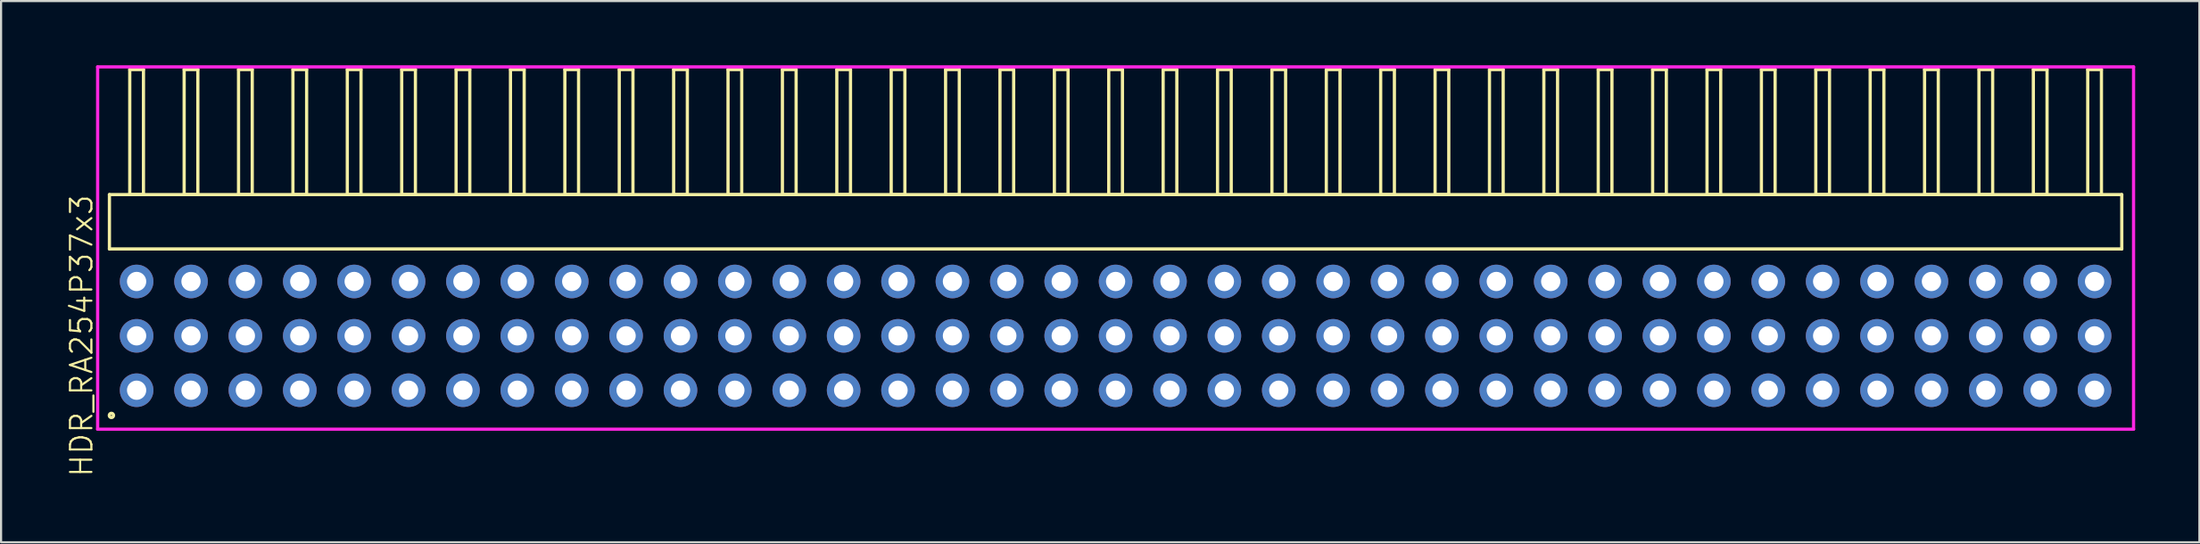
<source format=kicad_pcb>
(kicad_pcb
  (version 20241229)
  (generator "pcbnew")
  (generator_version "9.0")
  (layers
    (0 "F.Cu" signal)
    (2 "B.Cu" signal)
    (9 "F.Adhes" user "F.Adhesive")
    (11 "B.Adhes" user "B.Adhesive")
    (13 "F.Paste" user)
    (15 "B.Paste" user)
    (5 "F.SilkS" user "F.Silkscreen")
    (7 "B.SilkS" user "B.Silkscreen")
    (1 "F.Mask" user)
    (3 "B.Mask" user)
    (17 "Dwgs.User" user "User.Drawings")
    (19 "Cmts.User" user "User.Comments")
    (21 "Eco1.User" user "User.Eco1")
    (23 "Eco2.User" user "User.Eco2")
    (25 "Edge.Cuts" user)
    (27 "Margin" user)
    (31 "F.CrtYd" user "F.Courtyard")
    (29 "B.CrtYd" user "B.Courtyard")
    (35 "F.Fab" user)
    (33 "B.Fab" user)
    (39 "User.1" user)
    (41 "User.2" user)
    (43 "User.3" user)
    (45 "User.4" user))
  (footprint "HDR_RA254P37x3"
    (layer "F.Cu")
    (at 49.05 12.64)
    (property "Reference" "HDR_RA254P37x3" (at -48.29 0 90) (layer "F.SilkS") (effects (font (size 1 1) (thickness 0.1))))
    (attr through_hole)
    (fp_line (start -46.99 -6.6) (end -46.99 -4.06) (stroke (width 0.15) (type solid)) (layer "F.SilkS"))
    (fp_line (start -46.99 -4.06) (end 46.99 -4.06) (stroke (width 0.15) (type solid)) (layer "F.SilkS"))
    (fp_line (start -46.04 -12.44) (end -46.04 -6.6) (stroke (width 0.15) (type solid)) (layer "F.SilkS"))
    (fp_line (start -46.04 -6.6) (end -45.4 -6.6) (stroke (width 0.15) (type solid)) (layer "F.SilkS"))
    (fp_line (start -45.4 -12.44) (end -46.04 -12.44) (stroke (width 0.15) (type solid)) (layer "F.SilkS"))
    (fp_line (start -45.4 -6.6) (end -45.4 -12.44) (stroke (width 0.15) (type solid)) (layer "F.SilkS"))
    (fp_line (start -43.5 -12.44) (end -43.5 -6.6) (stroke (width 0.15) (type solid)) (layer "F.SilkS"))
    (fp_line (start -43.5 -6.6) (end -42.86 -6.6) (stroke (width 0.15) (type solid)) (layer "F.SilkS"))
    (fp_line (start -42.86 -12.44) (end -43.5 -12.44) (stroke (width 0.15) (type solid)) (layer "F.SilkS"))
    (fp_line (start -42.86 -6.6) (end -42.86 -12.44) (stroke (width 0.15) (type solid)) (layer "F.SilkS"))
    (fp_line (start -40.96 -12.44) (end -40.96 -6.6) (stroke (width 0.15) (type solid)) (layer "F.SilkS"))
    (fp_line (start -40.96 -6.6) (end -40.32 -6.6) (stroke (width 0.15) (type solid)) (layer "F.SilkS"))
    (fp_line (start -40.32 -12.44) (end -40.96 -12.44) (stroke (width 0.15) (type solid)) (layer "F.SilkS"))
    (fp_line (start -40.32 -6.6) (end -40.32 -12.44) (stroke (width 0.15) (type solid)) (layer "F.SilkS"))
    (fp_line (start -38.42 -12.44) (end -38.42 -6.6) (stroke (width 0.15) (type solid)) (layer "F.SilkS"))
    (fp_line (start -38.42 -6.6) (end -37.78 -6.6) (stroke (width 0.15) (type solid)) (layer "F.SilkS"))
    (fp_line (start -37.78 -12.44) (end -38.42 -12.44) (stroke (width 0.15) (type solid)) (layer "F.SilkS"))
    (fp_line (start -37.78 -6.6) (end -37.78 -12.44) (stroke (width 0.15) (type solid)) (layer "F.SilkS"))
    (fp_line (start -35.88 -12.44) (end -35.88 -6.6) (stroke (width 0.15) (type solid)) (layer "F.SilkS"))
    (fp_line (start -35.88 -6.6) (end -35.24 -6.6) (stroke (width 0.15) (type solid)) (layer "F.SilkS"))
    (fp_line (start -35.24 -12.44) (end -35.88 -12.44) (stroke (width 0.15) (type solid)) (layer "F.SilkS"))
    (fp_line (start -35.24 -6.6) (end -35.24 -12.44) (stroke (width 0.15) (type solid)) (layer "F.SilkS"))
    (fp_line (start -33.34 -12.44) (end -33.34 -6.6) (stroke (width 0.15) (type solid)) (layer "F.SilkS"))
    (fp_line (start -33.34 -6.6) (end -32.7 -6.6) (stroke (width 0.15) (type solid)) (layer "F.SilkS"))
    (fp_line (start -32.7 -12.44) (end -33.34 -12.44) (stroke (width 0.15) (type solid)) (layer "F.SilkS"))
    (fp_line (start -32.7 -6.6) (end -32.7 -12.44) (stroke (width 0.15) (type solid)) (layer "F.SilkS"))
    (fp_line (start -30.8 -12.44) (end -30.8 -6.6) (stroke (width 0.15) (type solid)) (layer "F.SilkS"))
    (fp_line (start -30.8 -6.6) (end -30.16 -6.6) (stroke (width 0.15) (type solid)) (layer "F.SilkS"))
    (fp_line (start -30.16 -12.44) (end -30.8 -12.44) (stroke (width 0.15) (type solid)) (layer "F.SilkS"))
    (fp_line (start -30.16 -6.6) (end -30.16 -12.44) (stroke (width 0.15) (type solid)) (layer "F.SilkS"))
    (fp_line (start -28.26 -12.44) (end -28.26 -6.6) (stroke (width 0.15) (type solid)) (layer "F.SilkS"))
    (fp_line (start -28.26 -6.6) (end -27.62 -6.6) (stroke (width 0.15) (type solid)) (layer "F.SilkS"))
    (fp_line (start -27.62 -12.44) (end -28.26 -12.44) (stroke (width 0.15) (type solid)) (layer "F.SilkS"))
    (fp_line (start -27.62 -6.6) (end -27.62 -12.44) (stroke (width 0.15) (type solid)) (layer "F.SilkS"))
    (fp_line (start -25.72 -12.44) (end -25.72 -6.6) (stroke (width 0.15) (type solid)) (layer "F.SilkS"))
    (fp_line (start -25.72 -6.6) (end -25.08 -6.6) (stroke (width 0.15) (type solid)) (layer "F.SilkS"))
    (fp_line (start -25.08 -12.44) (end -25.72 -12.44) (stroke (width 0.15) (type solid)) (layer "F.SilkS"))
    (fp_line (start -25.08 -6.6) (end -25.08 -12.44) (stroke (width 0.15) (type solid)) (layer "F.SilkS"))
    (fp_line (start -23.18 -12.44) (end -23.18 -6.6) (stroke (width 0.15) (type solid)) (layer "F.SilkS"))
    (fp_line (start -23.18 -6.6) (end -22.54 -6.6) (stroke (width 0.15) (type solid)) (layer "F.SilkS"))
    (fp_line (start -22.54 -12.44) (end -23.18 -12.44) (stroke (width 0.15) (type solid)) (layer "F.SilkS"))
    (fp_line (start -22.54 -6.6) (end -22.54 -12.44) (stroke (width 0.15) (type solid)) (layer "F.SilkS"))
    (fp_line (start -20.64 -12.44) (end -20.64 -6.6) (stroke (width 0.15) (type solid)) (layer "F.SilkS"))
    (fp_line (start -20.64 -6.6) (end -20 -6.6) (stroke (width 0.15) (type solid)) (layer "F.SilkS"))
    (fp_line (start -20 -12.44) (end -20.64 -12.44) (stroke (width 0.15) (type solid)) (layer "F.SilkS"))
    (fp_line (start -20 -6.6) (end -20 -12.44) (stroke (width 0.15) (type solid)) (layer "F.SilkS"))
    (fp_line (start -18.1 -12.44) (end -18.1 -6.6) (stroke (width 0.15) (type solid)) (layer "F.SilkS"))
    (fp_line (start -18.1 -6.6) (end -17.46 -6.6) (stroke (width 0.15) (type solid)) (layer "F.SilkS"))
    (fp_line (start -17.46 -12.44) (end -18.1 -12.44) (stroke (width 0.15) (type solid)) (layer "F.SilkS"))
    (fp_line (start -17.46 -6.6) (end -17.46 -12.44) (stroke (width 0.15) (type solid)) (layer "F.SilkS"))
    (fp_line (start -15.56 -12.44) (end -15.56 -6.6) (stroke (width 0.15) (type solid)) (layer "F.SilkS"))
    (fp_line (start -15.56 -6.6) (end -14.92 -6.6) (stroke (width 0.15) (type solid)) (layer "F.SilkS"))
    (fp_line (start -14.92 -12.44) (end -15.56 -12.44) (stroke (width 0.15) (type solid)) (layer "F.SilkS"))
    (fp_line (start -14.92 -6.6) (end -14.92 -12.44) (stroke (width 0.15) (type solid)) (layer "F.SilkS"))
    (fp_line (start -13.02 -12.44) (end -13.02 -6.6) (stroke (width 0.15) (type solid)) (layer "F.SilkS"))
    (fp_line (start -13.02 -6.6) (end -12.38 -6.6) (stroke (width 0.15) (type solid)) (layer "F.SilkS"))
    (fp_line (start -12.38 -12.44) (end -13.02 -12.44) (stroke (width 0.15) (type solid)) (layer "F.SilkS"))
    (fp_line (start -12.38 -6.6) (end -12.38 -12.44) (stroke (width 0.15) (type solid)) (layer "F.SilkS"))
    (fp_line (start -10.48 -12.44) (end -10.48 -6.6) (stroke (width 0.15) (type solid)) (layer "F.SilkS"))
    (fp_line (start -10.48 -6.6) (end -9.84 -6.6) (stroke (width 0.15) (type solid)) (layer "F.SilkS"))
    (fp_line (start -9.84 -12.44) (end -10.48 -12.44) (stroke (width 0.15) (type solid)) (layer "F.SilkS"))
    (fp_line (start -9.84 -6.6) (end -9.84 -12.44) (stroke (width 0.15) (type solid)) (layer "F.SilkS"))
    (fp_line (start -7.94 -12.44) (end -7.94 -6.6) (stroke (width 0.15) (type solid)) (layer "F.SilkS"))
    (fp_line (start -7.94 -6.6) (end -7.3 -6.6) (stroke (width 0.15) (type solid)) (layer "F.SilkS"))
    (fp_line (start -7.3 -12.44) (end -7.94 -12.44) (stroke (width 0.15) (type solid)) (layer "F.SilkS"))
    (fp_line (start -7.3 -6.6) (end -7.3 -12.44) (stroke (width 0.15) (type solid)) (layer "F.SilkS"))
    (fp_line (start -5.4 -12.44) (end -5.4 -6.6) (stroke (width 0.15) (type solid)) (layer "F.SilkS"))
    (fp_line (start -5.4 -6.6) (end -4.76 -6.6) (stroke (width 0.15) (type solid)) (layer "F.SilkS"))
    (fp_line (start -4.76 -12.44) (end -5.4 -12.44) (stroke (width 0.15) (type solid)) (layer "F.SilkS"))
    (fp_line (start -4.76 -6.6) (end -4.76 -12.44) (stroke (width 0.15) (type solid)) (layer "F.SilkS"))
    (fp_line (start -2.86 -12.44) (end -2.86 -6.6) (stroke (width 0.15) (type solid)) (layer "F.SilkS"))
    (fp_line (start -2.86 -6.6) (end -2.22 -6.6) (stroke (width 0.15) (type solid)) (layer "F.SilkS"))
    (fp_line (start -2.22 -12.44) (end -2.86 -12.44) (stroke (width 0.15) (type solid)) (layer "F.SilkS"))
    (fp_line (start -2.22 -6.6) (end -2.22 -12.44) (stroke (width 0.15) (type solid)) (layer "F.SilkS"))
    (fp_line (start -0.32 -12.44) (end -0.32 -6.6) (stroke (width 0.15) (type solid)) (layer "F.SilkS"))
    (fp_line (start -0.32 -6.6) (end 0.32 -6.6) (stroke (width 0.15) (type solid)) (layer "F.SilkS"))
    (fp_line (start 0.32 -12.44) (end -0.32 -12.44) (stroke (width 0.15) (type solid)) (layer "F.SilkS"))
    (fp_line (start 0.32 -6.6) (end 0.32 -12.44) (stroke (width 0.15) (type solid)) (layer "F.SilkS"))
    (fp_line (start 2.22 -12.44) (end 2.22 -6.6) (stroke (width 0.15) (type solid)) (layer "F.SilkS"))
    (fp_line (start 2.22 -6.6) (end 2.86 -6.6) (stroke (width 0.15) (type solid)) (layer "F.SilkS"))
    (fp_line (start 2.86 -12.44) (end 2.22 -12.44) (stroke (width 0.15) (type solid)) (layer "F.SilkS"))
    (fp_line (start 2.86 -6.6) (end 2.86 -12.44) (stroke (width 0.15) (type solid)) (layer "F.SilkS"))
    (fp_line (start 4.76 -12.44) (end 4.76 -6.6) (stroke (width 0.15) (type solid)) (layer "F.SilkS"))
    (fp_line (start 4.76 -6.6) (end 5.4 -6.6) (stroke (width 0.15) (type solid)) (layer "F.SilkS"))
    (fp_line (start 5.4 -12.44) (end 4.76 -12.44) (stroke (width 0.15) (type solid)) (layer "F.SilkS"))
    (fp_line (start 5.4 -6.6) (end 5.4 -12.44) (stroke (width 0.15) (type solid)) (layer "F.SilkS"))
    (fp_line (start 7.3 -12.44) (end 7.3 -6.6) (stroke (width 0.15) (type solid)) (layer "F.SilkS"))
    (fp_line (start 7.3 -6.6) (end 7.94 -6.6) (stroke (width 0.15) (type solid)) (layer "F.SilkS"))
    (fp_line (start 7.94 -12.44) (end 7.3 -12.44) (stroke (width 0.15) (type solid)) (layer "F.SilkS"))
    (fp_line (start 7.94 -6.6) (end 7.94 -12.44) (stroke (width 0.15) (type solid)) (layer "F.SilkS"))
    (fp_line (start 9.84 -12.44) (end 9.84 -6.6) (stroke (width 0.15) (type solid)) (layer "F.SilkS"))
    (fp_line (start 9.84 -6.6) (end 10.48 -6.6) (stroke (width 0.15) (type solid)) (layer "F.SilkS"))
    (fp_line (start 10.48 -12.44) (end 9.84 -12.44) (stroke (width 0.15) (type solid)) (layer "F.SilkS"))
    (fp_line (start 10.48 -6.6) (end 10.48 -12.44) (stroke (width 0.15) (type solid)) (layer "F.SilkS"))
    (fp_line (start 12.38 -12.44) (end 12.38 -6.6) (stroke (width 0.15) (type solid)) (layer "F.SilkS"))
    (fp_line (start 12.38 -6.6) (end 13.02 -6.6) (stroke (width 0.15) (type solid)) (layer "F.SilkS"))
    (fp_line (start 13.02 -12.44) (end 12.38 -12.44) (stroke (width 0.15) (type solid)) (layer "F.SilkS"))
    (fp_line (start 13.02 -6.6) (end 13.02 -12.44) (stroke (width 0.15) (type solid)) (layer "F.SilkS"))
    (fp_line (start 14.92 -12.44) (end 14.92 -6.6) (stroke (width 0.15) (type solid)) (layer "F.SilkS"))
    (fp_line (start 14.92 -6.6) (end 15.56 -6.6) (stroke (width 0.15) (type solid)) (layer "F.SilkS"))
    (fp_line (start 15.56 -12.44) (end 14.92 -12.44) (stroke (width 0.15) (type solid)) (layer "F.SilkS"))
    (fp_line (start 15.56 -6.6) (end 15.56 -12.44) (stroke (width 0.15) (type solid)) (layer "F.SilkS"))
    (fp_line (start 17.46 -12.44) (end 17.46 -6.6) (stroke (width 0.15) (type solid)) (layer "F.SilkS"))
    (fp_line (start 17.46 -6.6) (end 18.1 -6.6) (stroke (width 0.15) (type solid)) (layer "F.SilkS"))
    (fp_line (start 18.1 -12.44) (end 17.46 -12.44) (stroke (width 0.15) (type solid)) (layer "F.SilkS"))
    (fp_line (start 18.1 -6.6) (end 18.1 -12.44) (stroke (width 0.15) (type solid)) (layer "F.SilkS"))
    (fp_line (start 20 -12.44) (end 20 -6.6) (stroke (width 0.15) (type solid)) (layer "F.SilkS"))
    (fp_line (start 20 -6.6) (end 20.64 -6.6) (stroke (width 0.15) (type solid)) (layer "F.SilkS"))
    (fp_line (start 20.64 -12.44) (end 20 -12.44) (stroke (width 0.15) (type solid)) (layer "F.SilkS"))
    (fp_line (start 20.64 -6.6) (end 20.64 -12.44) (stroke (width 0.15) (type solid)) (layer "F.SilkS"))
    (fp_line (start 22.54 -12.44) (end 22.54 -6.6) (stroke (width 0.15) (type solid)) (layer "F.SilkS"))
    (fp_line (start 22.54 -6.6) (end 23.18 -6.6) (stroke (width 0.15) (type solid)) (layer "F.SilkS"))
    (fp_line (start 23.18 -12.44) (end 22.54 -12.44) (stroke (width 0.15) (type solid)) (layer "F.SilkS"))
    (fp_line (start 23.18 -6.6) (end 23.18 -12.44) (stroke (width 0.15) (type solid)) (layer "F.SilkS"))
    (fp_line (start 25.08 -12.44) (end 25.08 -6.6) (stroke (width 0.15) (type solid)) (layer "F.SilkS"))
    (fp_line (start 25.08 -6.6) (end 25.72 -6.6) (stroke (width 0.15) (type solid)) (layer "F.SilkS"))
    (fp_line (start 25.72 -12.44) (end 25.08 -12.44) (stroke (width 0.15) (type solid)) (layer "F.SilkS"))
    (fp_line (start 25.72 -6.6) (end 25.72 -12.44) (stroke (width 0.15) (type solid)) (layer "F.SilkS"))
    (fp_line (start 27.62 -12.44) (end 27.62 -6.6) (stroke (width 0.15) (type solid)) (layer "F.SilkS"))
    (fp_line (start 27.62 -6.6) (end 28.26 -6.6) (stroke (width 0.15) (type solid)) (layer "F.SilkS"))
    (fp_line (start 28.26 -12.44) (end 27.62 -12.44) (stroke (width 0.15) (type solid)) (layer "F.SilkS"))
    (fp_line (start 28.26 -6.6) (end 28.26 -12.44) (stroke (width 0.15) (type solid)) (layer "F.SilkS"))
    (fp_line (start 30.16 -12.44) (end 30.16 -6.6) (stroke (width 0.15) (type solid)) (layer "F.SilkS"))
    (fp_line (start 30.16 -6.6) (end 30.8 -6.6) (stroke (width 0.15) (type solid)) (layer "F.SilkS"))
    (fp_line (start 30.8 -12.44) (end 30.16 -12.44) (stroke (width 0.15) (type solid)) (layer "F.SilkS"))
    (fp_line (start 30.8 -6.6) (end 30.8 -12.44) (stroke (width 0.15) (type solid)) (layer "F.SilkS"))
    (fp_line (start 32.7 -12.44) (end 32.7 -6.6) (stroke (width 0.15) (type solid)) (layer "F.SilkS"))
    (fp_line (start 32.7 -6.6) (end 33.34 -6.6) (stroke (width 0.15) (type solid)) (layer "F.SilkS"))
    (fp_line (start 33.34 -12.44) (end 32.7 -12.44) (stroke (width 0.15) (type solid)) (layer "F.SilkS"))
    (fp_line (start 33.34 -6.6) (end 33.34 -12.44) (stroke (width 0.15) (type solid)) (layer "F.SilkS"))
    (fp_line (start 35.24 -12.44) (end 35.24 -6.6) (stroke (width 0.15) (type solid)) (layer "F.SilkS"))
    (fp_line (start 35.24 -6.6) (end 35.88 -6.6) (stroke (width 0.15) (type solid)) (layer "F.SilkS"))
    (fp_line (start 35.88 -12.44) (end 35.24 -12.44) (stroke (width 0.15) (type solid)) (layer "F.SilkS"))
    (fp_line (start 35.88 -6.6) (end 35.88 -12.44) (stroke (width 0.15) (type solid)) (layer "F.SilkS"))
    (fp_line (start 37.78 -12.44) (end 37.78 -6.6) (stroke (width 0.15) (type solid)) (layer "F.SilkS"))
    (fp_line (start 37.78 -6.6) (end 38.42 -6.6) (stroke (width 0.15) (type solid)) (layer "F.SilkS"))
    (fp_line (start 38.42 -12.44) (end 37.78 -12.44) (stroke (width 0.15) (type solid)) (layer "F.SilkS"))
    (fp_line (start 38.42 -6.6) (end 38.42 -12.44) (stroke (width 0.15) (type solid)) (layer "F.SilkS"))
    (fp_line (start 40.32 -12.44) (end 40.32 -6.6) (stroke (width 0.15) (type solid)) (layer "F.SilkS"))
    (fp_line (start 40.32 -6.6) (end 40.96 -6.6) (stroke (width 0.15) (type solid)) (layer "F.SilkS"))
    (fp_line (start 40.96 -12.44) (end 40.32 -12.44) (stroke (width 0.15) (type solid)) (layer "F.SilkS"))
    (fp_line (start 40.96 -6.6) (end 40.96 -12.44) (stroke (width 0.15) (type solid)) (layer "F.SilkS"))
    (fp_line (start 42.86 -12.44) (end 42.86 -6.6) (stroke (width 0.15) (type solid)) (layer "F.SilkS"))
    (fp_line (start 42.86 -6.6) (end 43.5 -6.6) (stroke (width 0.15) (type solid)) (layer "F.SilkS"))
    (fp_line (start 43.5 -12.44) (end 42.86 -12.44) (stroke (width 0.15) (type solid)) (layer "F.SilkS"))
    (fp_line (start 43.5 -6.6) (end 43.5 -12.44) (stroke (width 0.15) (type solid)) (layer "F.SilkS"))
    (fp_line (start 45.4 -12.44) (end 45.4 -6.6) (stroke (width 0.15) (type solid)) (layer "F.SilkS"))
    (fp_line (start 45.4 -6.6) (end 46.04 -6.6) (stroke (width 0.15) (type solid)) (layer "F.SilkS"))
    (fp_line (start 46.04 -12.44) (end 45.4 -12.44) (stroke (width 0.15) (type solid)) (layer "F.SilkS"))
    (fp_line (start 46.04 -6.6) (end 46.04 -12.44) (stroke (width 0.15) (type solid)) (layer "F.SilkS"))
    (fp_line (start 46.99 -6.6) (end -46.99 -6.6) (stroke (width 0.15) (type solid)) (layer "F.SilkS"))
    (fp_line (start 46.99 -4.06) (end 46.99 -6.6) (stroke (width 0.15) (type solid)) (layer "F.SilkS"))
    (fp_circle (center -46.897 3.718) (end -46.797 3.718) (stroke (width 0.15) (type solid)) (fill no) (layer "F.SilkS"))
    (fp_line (start -47.54 -12.565) (end -47.54 4.36) (stroke (width 0.15) (type solid)) (layer "F.CrtYd"))
    (fp_line (start -47.54 4.36) (end 47.54 4.36) (stroke (width 0.15) (type solid)) (layer "F.CrtYd"))
    (fp_line (start 47.54 -12.565) (end -47.54 -12.565) (stroke (width 0.15) (type solid)) (layer "F.CrtYd"))
    (fp_line (start 47.54 4.36) (end 47.54 -12.565) (stroke (width 0.15) (type solid)) (layer "F.CrtYd"))
    (pad "1" thru_hole oval (at -45.72 2.54) (size 1.57 1.57) (drill 0.9) (layers "*.Cu" "*.Mask"))
    (pad "2" thru_hole oval (at -45.72 0) (size 1.57 1.57) (drill 0.9) (layers "*.Cu" "*.Mask"))
    (pad "3" thru_hole oval (at -45.72 -2.54) (size 1.57 1.57) (drill 0.9) (layers "*.Cu" "*.Mask"))
    (pad "4" thru_hole oval (at -43.18 2.54) (size 1.57 1.57) (drill 0.9) (layers "*.Cu" "*.Mask"))
    (pad "5" thru_hole oval (at -43.18 0) (size 1.57 1.57) (drill 0.9) (layers "*.Cu" "*.Mask"))
    (pad "6" thru_hole oval (at -43.18 -2.54) (size 1.57 1.57) (drill 0.9) (layers "*.Cu" "*.Mask"))
    (pad "7" thru_hole oval (at -40.64 2.54) (size 1.57 1.57) (drill 0.9) (layers "*.Cu" "*.Mask"))
    (pad "8" thru_hole oval (at -40.64 0) (size 1.57 1.57) (drill 0.9) (layers "*.Cu" "*.Mask"))
    (pad "9" thru_hole oval (at -40.64 -2.54) (size 1.57 1.57) (drill 0.9) (layers "*.Cu" "*.Mask"))
    (pad "10" thru_hole oval (at -38.1 2.54) (size 1.57 1.57) (drill 0.9) (layers "*.Cu" "*.Mask"))
    (pad "11" thru_hole oval (at -38.1 0) (size 1.57 1.57) (drill 0.9) (layers "*.Cu" "*.Mask"))
    (pad "12" thru_hole oval (at -38.1 -2.54) (size 1.57 1.57) (drill 0.9) (layers "*.Cu" "*.Mask"))
    (pad "13" thru_hole oval (at -35.56 2.54) (size 1.57 1.57) (drill 0.9) (layers "*.Cu" "*.Mask"))
    (pad "14" thru_hole oval (at -35.56 0) (size 1.57 1.57) (drill 0.9) (layers "*.Cu" "*.Mask"))
    (pad "15" thru_hole oval (at -35.56 -2.54) (size 1.57 1.57) (drill 0.9) (layers "*.Cu" "*.Mask"))
    (pad "16" thru_hole oval (at -33.02 2.54) (size 1.57 1.57) (drill 0.9) (layers "*.Cu" "*.Mask"))
    (pad "17" thru_hole oval (at -33.02 0) (size 1.57 1.57) (drill 0.9) (layers "*.Cu" "*.Mask"))
    (pad "18" thru_hole oval (at -33.02 -2.54) (size 1.57 1.57) (drill 0.9) (layers "*.Cu" "*.Mask"))
    (pad "19" thru_hole oval (at -30.48 2.54) (size 1.57 1.57) (drill 0.9) (layers "*.Cu" "*.Mask"))
    (pad "20" thru_hole oval (at -30.48 0) (size 1.57 1.57) (drill 0.9) (layers "*.Cu" "*.Mask"))
    (pad "21" thru_hole oval (at -30.48 -2.54) (size 1.57 1.57) (drill 0.9) (layers "*.Cu" "*.Mask"))
    (pad "22" thru_hole oval (at -27.94 2.54) (size 1.57 1.57) (drill 0.9) (layers "*.Cu" "*.Mask"))
    (pad "23" thru_hole oval (at -27.94 0) (size 1.57 1.57) (drill 0.9) (layers "*.Cu" "*.Mask"))
    (pad "24" thru_hole oval (at -27.94 -2.54) (size 1.57 1.57) (drill 0.9) (layers "*.Cu" "*.Mask"))
    (pad "25" thru_hole oval (at -25.4 2.54) (size 1.57 1.57) (drill 0.9) (layers "*.Cu" "*.Mask"))
    (pad "26" thru_hole oval (at -25.4 0) (size 1.57 1.57) (drill 0.9) (layers "*.Cu" "*.Mask"))
    (pad "27" thru_hole oval (at -25.4 -2.54) (size 1.57 1.57) (drill 0.9) (layers "*.Cu" "*.Mask"))
    (pad "28" thru_hole oval (at -22.86 2.54) (size 1.57 1.57) (drill 0.9) (layers "*.Cu" "*.Mask"))
    (pad "29" thru_hole oval (at -22.86 0) (size 1.57 1.57) (drill 0.9) (layers "*.Cu" "*.Mask"))
    (pad "30" thru_hole oval (at -22.86 -2.54) (size 1.57 1.57) (drill 0.9) (layers "*.Cu" "*.Mask"))
    (pad "31" thru_hole oval (at -20.32 2.54) (size 1.57 1.57) (drill 0.9) (layers "*.Cu" "*.Mask"))
    (pad "32" thru_hole oval (at -20.32 0) (size 1.57 1.57) (drill 0.9) (layers "*.Cu" "*.Mask"))
    (pad "33" thru_hole oval (at -20.32 -2.54) (size 1.57 1.57) (drill 0.9) (layers "*.Cu" "*.Mask"))
    (pad "34" thru_hole oval (at -17.78 2.54) (size 1.57 1.57) (drill 0.9) (layers "*.Cu" "*.Mask"))
    (pad "35" thru_hole oval (at -17.78 0) (size 1.57 1.57) (drill 0.9) (layers "*.Cu" "*.Mask"))
    (pad "36" thru_hole oval (at -17.78 -2.54) (size 1.57 1.57) (drill 0.9) (layers "*.Cu" "*.Mask"))
    (pad "37" thru_hole oval (at -15.24 2.54) (size 1.57 1.57) (drill 0.9) (layers "*.Cu" "*.Mask"))
    (pad "38" thru_hole oval (at -15.24 0) (size 1.57 1.57) (drill 0.9) (layers "*.Cu" "*.Mask"))
    (pad "39" thru_hole oval (at -15.24 -2.54) (size 1.57 1.57) (drill 0.9) (layers "*.Cu" "*.Mask"))
    (pad "40" thru_hole oval (at -12.7 2.54) (size 1.57 1.57) (drill 0.9) (layers "*.Cu" "*.Mask"))
    (pad "41" thru_hole oval (at -12.7 0) (size 1.57 1.57) (drill 0.9) (layers "*.Cu" "*.Mask"))
    (pad "42" thru_hole oval (at -12.7 -2.54) (size 1.57 1.57) (drill 0.9) (layers "*.Cu" "*.Mask"))
    (pad "43" thru_hole oval (at -10.16 2.54) (size 1.57 1.57) (drill 0.9) (layers "*.Cu" "*.Mask"))
    (pad "44" thru_hole oval (at -10.16 0) (size 1.57 1.57) (drill 0.9) (layers "*.Cu" "*.Mask"))
    (pad "45" thru_hole oval (at -10.16 -2.54) (size 1.57 1.57) (drill 0.9) (layers "*.Cu" "*.Mask"))
    (pad "46" thru_hole oval (at -7.62 2.54) (size 1.57 1.57) (drill 0.9) (layers "*.Cu" "*.Mask"))
    (pad "47" thru_hole oval (at -7.62 0) (size 1.57 1.57) (drill 0.9) (layers "*.Cu" "*.Mask"))
    (pad "48" thru_hole oval (at -7.62 -2.54) (size 1.57 1.57) (drill 0.9) (layers "*.Cu" "*.Mask"))
    (pad "49" thru_hole oval (at -5.08 2.54) (size 1.57 1.57) (drill 0.9) (layers "*.Cu" "*.Mask"))
    (pad "50" thru_hole oval (at -5.08 0) (size 1.57 1.57) (drill 0.9) (layers "*.Cu" "*.Mask"))
    (pad "51" thru_hole oval (at -5.08 -2.54) (size 1.57 1.57) (drill 0.9) (layers "*.Cu" "*.Mask"))
    (pad "52" thru_hole oval (at -2.54 2.54) (size 1.57 1.57) (drill 0.9) (layers "*.Cu" "*.Mask"))
    (pad "53" thru_hole oval (at -2.54 0) (size 1.57 1.57) (drill 0.9) (layers "*.Cu" "*.Mask"))
    (pad "54" thru_hole oval (at -2.54 -2.54) (size 1.57 1.57) (drill 0.9) (layers "*.Cu" "*.Mask"))
    (pad "55" thru_hole oval (at 0 2.54) (size 1.57 1.57) (drill 0.9) (layers "*.Cu" "*.Mask"))
    (pad "56" thru_hole oval (at 0 0) (size 1.57 1.57) (drill 0.9) (layers "*.Cu" "*.Mask"))
    (pad "57" thru_hole oval (at 0 -2.54) (size 1.57 1.57) (drill 0.9) (layers "*.Cu" "*.Mask"))
    (pad "58" thru_hole oval (at 2.54 2.54) (size 1.57 1.57) (drill 0.9) (layers "*.Cu" "*.Mask"))
    (pad "59" thru_hole oval (at 2.54 0) (size 1.57 1.57) (drill 0.9) (layers "*.Cu" "*.Mask"))
    (pad "60" thru_hole oval (at 2.54 -2.54) (size 1.57 1.57) (drill 0.9) (layers "*.Cu" "*.Mask"))
    (pad "61" thru_hole oval (at 5.08 2.54) (size 1.57 1.57) (drill 0.9) (layers "*.Cu" "*.Mask"))
    (pad "62" thru_hole oval (at 5.08 0) (size 1.57 1.57) (drill 0.9) (layers "*.Cu" "*.Mask"))
    (pad "63" thru_hole oval (at 5.08 -2.54) (size 1.57 1.57) (drill 0.9) (layers "*.Cu" "*.Mask"))
    (pad "64" thru_hole oval (at 7.62 2.54) (size 1.57 1.57) (drill 0.9) (layers "*.Cu" "*.Mask"))
    (pad "65" thru_hole oval (at 7.62 0) (size 1.57 1.57) (drill 0.9) (layers "*.Cu" "*.Mask"))
    (pad "66" thru_hole oval (at 7.62 -2.54) (size 1.57 1.57) (drill 0.9) (layers "*.Cu" "*.Mask"))
    (pad "67" thru_hole oval (at 10.16 2.54) (size 1.57 1.57) (drill 0.9) (layers "*.Cu" "*.Mask"))
    (pad "68" thru_hole oval (at 10.16 0) (size 1.57 1.57) (drill 0.9) (layers "*.Cu" "*.Mask"))
    (pad "69" thru_hole oval (at 10.16 -2.54) (size 1.57 1.57) (drill 0.9) (layers "*.Cu" "*.Mask"))
    (pad "70" thru_hole oval (at 12.7 2.54) (size 1.57 1.57) (drill 0.9) (layers "*.Cu" "*.Mask"))
    (pad "71" thru_hole oval (at 12.7 0) (size 1.57 1.57) (drill 0.9) (layers "*.Cu" "*.Mask"))
    (pad "72" thru_hole oval (at 12.7 -2.54) (size 1.57 1.57) (drill 0.9) (layers "*.Cu" "*.Mask"))
    (pad "73" thru_hole oval (at 15.24 2.54) (size 1.57 1.57) (drill 0.9) (layers "*.Cu" "*.Mask"))
    (pad "74" thru_hole oval (at 15.24 0) (size 1.57 1.57) (drill 0.9) (layers "*.Cu" "*.Mask"))
    (pad "75" thru_hole oval (at 15.24 -2.54) (size 1.57 1.57) (drill 0.9) (layers "*.Cu" "*.Mask"))
    (pad "76" thru_hole oval (at 17.78 2.54) (size 1.57 1.57) (drill 0.9) (layers "*.Cu" "*.Mask"))
    (pad "77" thru_hole oval (at 17.78 0) (size 1.57 1.57) (drill 0.9) (layers "*.Cu" "*.Mask"))
    (pad "78" thru_hole oval (at 17.78 -2.54) (size 1.57 1.57) (drill 0.9) (layers "*.Cu" "*.Mask"))
    (pad "79" thru_hole oval (at 20.32 2.54) (size 1.57 1.57) (drill 0.9) (layers "*.Cu" "*.Mask"))
    (pad "80" thru_hole oval (at 20.32 0) (size 1.57 1.57) (drill 0.9) (layers "*.Cu" "*.Mask"))
    (pad "81" thru_hole oval (at 20.32 -2.54) (size 1.57 1.57) (drill 0.9) (layers "*.Cu" "*.Mask"))
    (pad "82" thru_hole oval (at 22.86 2.54) (size 1.57 1.57) (drill 0.9) (layers "*.Cu" "*.Mask"))
    (pad "83" thru_hole oval (at 22.86 0) (size 1.57 1.57) (drill 0.9) (layers "*.Cu" "*.Mask"))
    (pad "84" thru_hole oval (at 22.86 -2.54) (size 1.57 1.57) (drill 0.9) (layers "*.Cu" "*.Mask"))
    (pad "85" thru_hole oval (at 25.4 2.54) (size 1.57 1.57) (drill 0.9) (layers "*.Cu" "*.Mask"))
    (pad "86" thru_hole oval (at 25.4 0) (size 1.57 1.57) (drill 0.9) (layers "*.Cu" "*.Mask"))
    (pad "87" thru_hole oval (at 25.4 -2.54) (size 1.57 1.57) (drill 0.9) (layers "*.Cu" "*.Mask"))
    (pad "88" thru_hole oval (at 27.94 2.54) (size 1.57 1.57) (drill 0.9) (layers "*.Cu" "*.Mask"))
    (pad "89" thru_hole oval (at 27.94 0) (size 1.57 1.57) (drill 0.9) (layers "*.Cu" "*.Mask"))
    (pad "90" thru_hole oval (at 27.94 -2.54) (size 1.57 1.57) (drill 0.9) (layers "*.Cu" "*.Mask"))
    (pad "91" thru_hole oval (at 30.48 2.54) (size 1.57 1.57) (drill 0.9) (layers "*.Cu" "*.Mask"))
    (pad "92" thru_hole oval (at 30.48 0) (size 1.57 1.57) (drill 0.9) (layers "*.Cu" "*.Mask"))
    (pad "93" thru_hole oval (at 30.48 -2.54) (size 1.57 1.57) (drill 0.9) (layers "*.Cu" "*.Mask"))
    (pad "94" thru_hole oval (at 33.02 2.54) (size 1.57 1.57) (drill 0.9) (layers "*.Cu" "*.Mask"))
    (pad "95" thru_hole oval (at 33.02 0) (size 1.57 1.57) (drill 0.9) (layers "*.Cu" "*.Mask"))
    (pad "96" thru_hole oval (at 33.02 -2.54) (size 1.57 1.57) (drill 0.9) (layers "*.Cu" "*.Mask"))
    (pad "97" thru_hole oval (at 35.56 2.54) (size 1.57 1.57) (drill 0.9) (layers "*.Cu" "*.Mask"))
    (pad "98" thru_hole oval (at 35.56 0) (size 1.57 1.57) (drill 0.9) (layers "*.Cu" "*.Mask"))
    (pad "99" thru_hole oval (at 35.56 -2.54) (size 1.57 1.57) (drill 0.9) (layers "*.Cu" "*.Mask"))
    (pad "100" thru_hole oval (at 38.1 2.54) (size 1.57 1.57) (drill 0.9) (layers "*.Cu" "*.Mask"))
    (pad "101" thru_hole oval (at 38.1 0) (size 1.57 1.57) (drill 0.9) (layers "*.Cu" "*.Mask"))
    (pad "102" thru_hole oval (at 38.1 -2.54) (size 1.57 1.57) (drill 0.9) (layers "*.Cu" "*.Mask"))
    (pad "103" thru_hole oval (at 40.64 2.54) (size 1.57 1.57) (drill 0.9) (layers "*.Cu" "*.Mask"))
    (pad "104" thru_hole oval (at 40.64 0) (size 1.57 1.57) (drill 0.9) (layers "*.Cu" "*.Mask"))
    (pad "105" thru_hole oval (at 40.64 -2.54) (size 1.57 1.57) (drill 0.9) (layers "*.Cu" "*.Mask"))
    (pad "106" thru_hole oval (at 43.18 2.54) (size 1.57 1.57) (drill 0.9) (layers "*.Cu" "*.Mask"))
    (pad "107" thru_hole oval (at 43.18 0) (size 1.57 1.57) (drill 0.9) (layers "*.Cu" "*.Mask"))
    (pad "108" thru_hole oval (at 43.18 -2.54) (size 1.57 1.57) (drill 0.9) (layers "*.Cu" "*.Mask"))
    (pad "109" thru_hole oval (at 45.72 2.54) (size 1.57 1.57) (drill 0.9) (layers "*.Cu" "*.Mask"))
    (pad "110" thru_hole oval (at 45.72 0) (size 1.57 1.57) (drill 0.9) (layers "*.Cu" "*.Mask"))
    (pad "111" thru_hole oval (at 45.72 -2.54) (size 1.57 1.57) (drill 0.9) (layers "*.Cu" "*.Mask")))
  (gr_rect
    (start -3 -3)
    (end 99.665 22.285)
    (stroke (width 0.1) (type default))
    (fill no)
    (layer "Edge.Cuts")))
</source>
